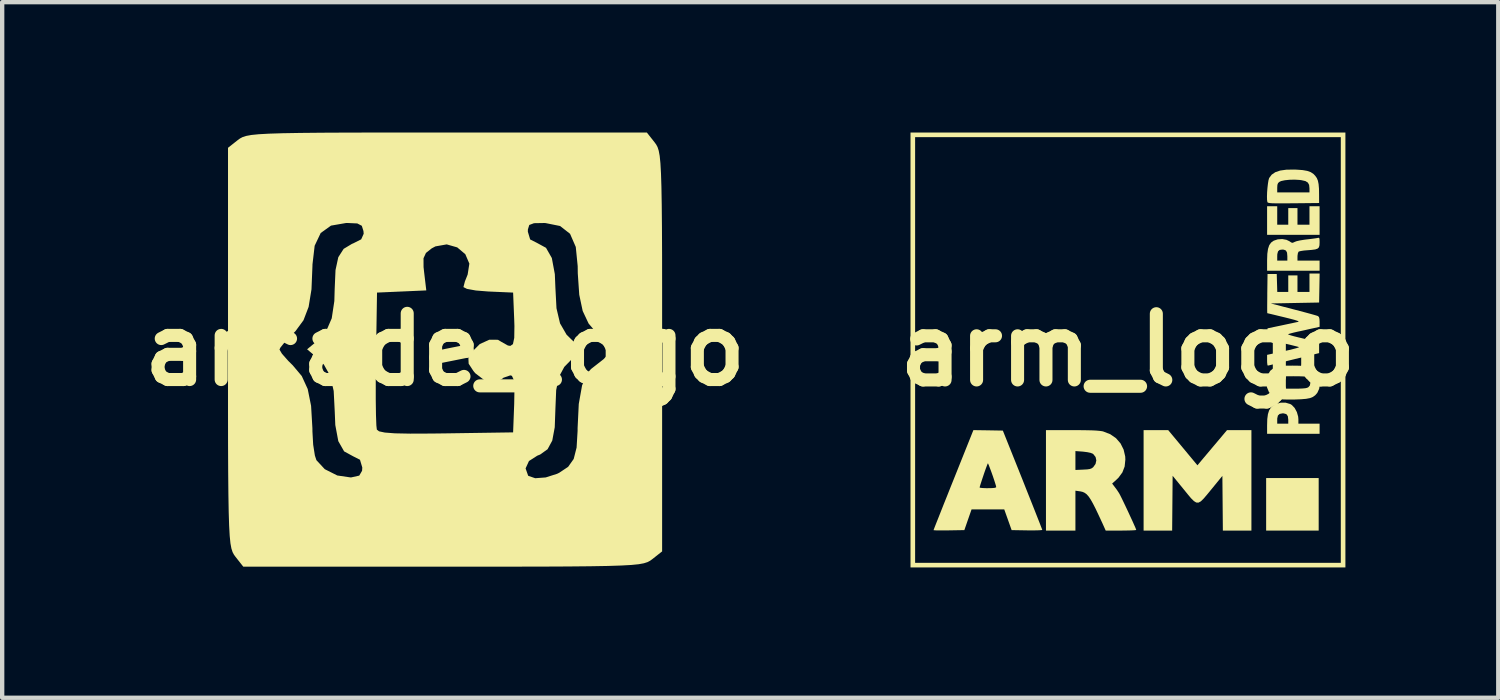
<source format=kicad_pcb>
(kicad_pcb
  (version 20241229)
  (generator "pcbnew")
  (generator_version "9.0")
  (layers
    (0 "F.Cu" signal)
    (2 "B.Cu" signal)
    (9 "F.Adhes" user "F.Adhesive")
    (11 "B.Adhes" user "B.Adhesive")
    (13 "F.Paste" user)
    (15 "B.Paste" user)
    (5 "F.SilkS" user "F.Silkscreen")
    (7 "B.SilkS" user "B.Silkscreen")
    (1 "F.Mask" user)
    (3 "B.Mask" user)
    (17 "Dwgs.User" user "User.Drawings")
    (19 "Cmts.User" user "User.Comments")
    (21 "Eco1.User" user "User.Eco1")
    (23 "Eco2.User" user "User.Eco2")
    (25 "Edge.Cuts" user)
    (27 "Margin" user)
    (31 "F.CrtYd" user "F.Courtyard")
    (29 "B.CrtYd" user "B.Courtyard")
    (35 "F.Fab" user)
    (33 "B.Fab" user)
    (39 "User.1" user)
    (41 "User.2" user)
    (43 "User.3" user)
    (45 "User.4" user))
  (footprint "arcade_logo"
    (layer "F.Cu")
    (at 7.192 4.995)
    (property "Reference" "arcade_logo" (at 0 0 0) (layer "F.SilkS") (effects (font (size 1.524 1.524) (thickness 0.3))))
    (attr board_only exclude_from_pos_files exclude_from_bom)
    (fp_poly (pts (xy 4.82 -4.772) (xy 4.858 -4.72) (xy 4.89 -4.66) (xy 4.917 -4.576) (xy 4.939 -4.457) (xy 4.956 -4.287) (xy 4.969 -4.053) (xy 4.979 -3.741) (xy 4.986 -3.337) (xy 4.991 -2.826) (xy 4.994 -2.196) (xy 4.995 -1.432) (xy 4.995 -0.52) (xy 4.995 0.048) (xy 4.995 4.644) (xy 4.772 4.82) (xy 4.72 4.858) (xy 4.66 4.89) (xy 4.576 4.917) (xy 4.457 4.939) (xy 4.287 4.956) (xy 4.053 4.969) (xy 3.741 4.979) (xy 3.337 4.986) (xy 2.826 4.991) (xy 2.196 4.994) (xy 1.432 4.995) (xy 0.52 4.995) (xy -0.048 4.995) (xy -4.644 4.995) (xy -4.82 4.772) (xy -4.858 4.72) (xy -4.89 4.66) (xy -4.917 4.576) (xy -4.939 4.457) (xy -4.956 4.287) (xy -4.969 4.053) (xy -4.979 3.741) (xy -4.986 3.337) (xy -4.991 2.826) (xy -4.994 2.196) (xy -4.995 1.432) (xy -4.995 0.52) (xy -4.995 0) (xy -3.81 0) (xy -3.753 0.096) (xy -3.608 0.26) (xy -3.505 0.362) (xy -3.298 0.608) (xy -3.161 0.907) (xy -3.083 1.295) (xy -3.053 1.808) (xy -3.052 1.889) (xy -3.035 2.189) (xy -2.996 2.437) (xy -2.961 2.544) (xy -2.768 2.752) (xy -2.48 2.897) (xy -2.172 2.942) (xy -2.159 2.941) (xy -1.975 2.9) (xy -1.91 2.789) (xy -1.906 2.734) (xy 1.853 2.734) (xy 1.911 2.899) (xy 1.919 2.907) (xy 2.075 2.96) (xy 2.316 2.942) (xy 2.579 2.858) (xy 2.626 2.835) (xy 2.832 2.698) (xy 2.96 2.517) (xy 3.027 2.254) (xy 3.05 1.868) (xy 3.05 1.805) (xy 3.077 1.251) (xy 3.153 0.824) (xy 3.274 0.539) (xy 3.361 0.445) (xy 3.651 0.218) (xy 3.793 0.06) (xy 3.81 0.006) (xy 3.753 -0.094) (xy 3.608 -0.26) (xy 3.505 -0.362) (xy 3.303 -0.6) (xy 3.167 -0.889) (xy 3.088 -1.262) (xy 3.054 -1.756) (xy 3.052 -1.921) (xy 3.008 -2.362) (xy 2.876 -2.665) (xy 2.647 -2.844) (xy 2.31 -2.912) (xy 2.279 -2.913) (xy 2.047 -2.909) (xy 1.938 -2.868) (xy 1.906 -2.765) (xy 1.905 -2.713) (xy 1.958 -2.535) (xy 2.116 -2.455) (xy 2.323 -2.342) (xy 2.457 -2.107) (xy 2.526 -1.736) (xy 2.539 -1.424) (xy 2.564 -0.951) (xy 2.646 -0.603) (xy 2.797 -0.342) (xy 2.948 -0.194) (xy 3.175 -0.007) (xy 2.95 0.187) (xy 2.744 0.398) (xy 2.619 0.63) (xy 2.557 0.932) (xy 2.54 1.344) (xy 2.524 1.787) (xy 2.467 2.094) (xy 2.359 2.293) (xy 2.188 2.415) (xy 2.123 2.441) (xy 1.931 2.564) (xy 1.853 2.734) (xy -1.906 2.734) (xy -1.905 2.713) (xy -1.958 2.535) (xy -2.116 2.455) (xy -2.323 2.342) (xy -2.457 2.107) (xy -2.526 1.736) (xy -2.539 1.424) (xy -2.553 1.146) (xy -1.595 1.146) (xy -1.59 1.502) (xy -1.581 1.745) (xy -1.57 1.841) (xy -1.519 1.881) (xy -1.387 1.909) (xy -1.155 1.927) (xy -0.804 1.934) (xy -0.314 1.932) (xy 0.019 1.928) (xy 1.566 1.905) (xy 1.591 1.249) (xy 1.597 0.902) (xy 1.581 0.696) (xy 1.538 0.604) (xy 1.502 0.593) (xy 1.343 0.648) (xy 1.297 0.685) (xy 1.12 0.755) (xy 0.901 0.702) (xy 0.692 0.541) (xy 0.652 0.492) (xy 0.543 0.325) (xy 0.537 0.203) (xy 0.623 0.049) (xy 0.8 -0.128) (xy 1.018 -0.227) (xy 1.217 -0.226) (xy 1.293 -0.18) (xy 1.446 -0.094) (xy 1.502 -0.085) (xy 1.562 -0.126) (xy 1.592 -0.27) (xy 1.596 -0.543) (xy 1.591 -0.699) (xy 1.566 -1.312) (xy 0.995 -1.337) (xy 0.709 -1.36) (xy 0.504 -1.397) (xy 0.423 -1.438) (xy 0.423 -1.439) (xy 0.456 -1.567) (xy 0.52 -1.728) (xy 0.559 -1.978) (xy 0.466 -2.195) (xy 0.28 -2.352) (xy 0.038 -2.421) (xy -0.222 -2.375) (xy -0.308 -2.329) (xy -0.44 -2.224) (xy -0.496 -2.102) (xy -0.495 -1.9) (xy -0.481 -1.773) (xy -0.432 -1.362) (xy -0.999 -1.337) (xy -1.566 -1.312) (xy -1.59 0.209) (xy -1.595 0.705) (xy -1.595 1.146) (xy -2.553 1.146) (xy -2.563 0.953) (xy -2.642 0.607) (xy -2.788 0.346) (xy -2.945 0.187) (xy -3.175 -0.007) (xy -2.948 -0.194) (xy -2.736 -0.424) (xy -2.608 -0.72) (xy -2.548 -1.117) (xy -2.54 -1.397) (xy -2.521 -1.83) (xy -2.457 -2.126) (xy -2.334 -2.318) (xy -2.141 -2.434) (xy -2.117 -2.443) (xy -1.93 -2.537) (xy -1.873 -2.665) (xy -1.878 -2.728) (xy -1.916 -2.849) (xy -2.019 -2.903) (xy -2.234 -2.913) (xy -2.279 -2.913) (xy -2.625 -2.853) (xy -2.862 -2.683) (xy -3.001 -2.39) (xy -3.051 -1.961) (xy -3.052 -1.921) (xy -3.074 -1.387) (xy -3.14 -0.983) (xy -3.258 -0.675) (xy -3.441 -0.426) (xy -3.505 -0.362) (xy -3.682 -0.181) (xy -3.792 -0.042) (xy -3.81 0) (xy -4.995 0) (xy -4.995 -0.048) (xy -4.995 -4.644) (xy -4.772 -4.82) (xy -4.72 -4.858) (xy -4.66 -4.89) (xy -4.576 -4.917) (xy -4.457 -4.939) (xy -4.287 -4.956) (xy -4.053 -4.969) (xy -3.741 -4.979) (xy -3.337 -4.986) (xy -2.826 -4.991) (xy -2.196 -4.994) (xy -1.432 -4.995) (xy -0.52 -4.995) (xy 0.048 -4.995) (xy 4.644 -4.995)) (stroke (width 0) (type solid)) (fill yes) (layer "F.SilkS")))
  (footprint "arm_logo"
    (layer "F.Cu")
    (at 22.907 5.004)
    (property "Reference" "arm_logo" (at 0 0 0) (layer "F.SilkS") (effects (font (size 1.524 1.524) (thickness 0.3))))
    (attr board_only exclude_from_pos_files exclude_from_bom)
    (fp_poly (pts (xy 4.389 4.156) (xy 3.18 4.156) (xy 3.18 2.947) (xy 4.389 2.947)) (stroke (width 0) (type solid)) (fill yes) (layer "F.SilkS"))
    (fp_poly (pts (xy 5.004 5.004) (xy -5.004 5.004) (xy -5.004 4.898) (xy -4.898 4.898) (xy 4.898 4.898) (xy 4.898 -4.898) (xy -4.898 -4.898) (xy -4.898 4.898) (xy -5.004 4.898) (xy -5.004 -5.004) (xy 5.004 -5.004)) (stroke (width 0) (type solid)) (fill yes) (layer "F.SilkS"))
    (fp_poly (pts (xy 3.435 -2.883) (xy 3.689 -2.883) (xy 3.689 -3.265) (xy 3.901 -3.265) (xy 3.901 -2.883) (xy 4.177 -2.883) (xy 4.177 -3.308) (xy 4.41 -3.308) (xy 4.41 -2.65) (xy 3.202 -2.65) (xy 3.202 -3.308) (xy 3.435 -3.308)) (stroke (width 0) (type solid)) (fill yes) (layer "F.SilkS"))
    (fp_poly (pts (xy 1.263 2.249) (xy 1.599 2.654) (xy 1.653 2.589) (xy 1.683 2.553) (xy 1.735 2.491) (xy 1.804 2.409) (xy 1.886 2.312) (xy 1.974 2.207) (xy 1.993 2.185) (xy 2.279 1.845) (xy 2.56 1.845) (xy 2.841 1.845) (xy 2.841 4.156) (xy 2.184 4.156) (xy 2.173 2.897) (xy 1.919 3.208) (xy 1.818 3.331) (xy 1.739 3.423) (xy 1.676 3.484) (xy 1.622 3.513) (xy 1.571 3.51) (xy 1.516 3.476) (xy 1.451 3.411) (xy 1.37 3.314) (xy 1.283 3.207) (xy 1.028 2.895) (xy 1.017 4.156) (xy 0.36 4.156) (xy 0.36 1.845) (xy 0.927 1.845)) (stroke (width 0) (type solid)) (fill yes) (layer "F.SilkS"))
    (fp_poly (pts (xy 3.63 1.213) (xy 3.732 1.243) (xy 3.772 1.267) (xy 3.836 1.334) (xy 3.887 1.429) (xy 3.917 1.534) (xy 3.922 1.595) (xy 3.922 1.696) (xy 4.41 1.696) (xy 4.41 1.929) (xy 3.202 1.929) (xy 3.202 1.737) (xy 3.203 1.696) (xy 3.435 1.696) (xy 3.689 1.696) (xy 3.689 1.603) (xy 3.679 1.523) (xy 3.645 1.476) (xy 3.584 1.459) (xy 3.56 1.458) (xy 3.491 1.471) (xy 3.451 1.508) (xy 3.435 1.577) (xy 3.435 1.603) (xy 3.435 1.696) (xy 3.203 1.696) (xy 3.206 1.59) (xy 3.221 1.477) (xy 3.248 1.391) (xy 3.289 1.326) (xy 3.32 1.294) (xy 3.411 1.24) (xy 3.519 1.212)) (stroke (width 0) (type solid)) (fill yes) (layer "F.SilkS"))
    (fp_poly (pts (xy 3.88 -4.15) (xy 4.02 -4.14) (xy 4.127 -4.121) (xy 4.207 -4.092) (xy 4.27 -4.05) (xy 4.309 -4.009) (xy 4.346 -3.957) (xy 4.371 -3.896) (xy 4.387 -3.817) (xy 4.396 -3.712) (xy 4.398 -3.583) (xy 4.399 -3.382) (xy 3.811 -3.376) (xy 3.635 -3.375) (xy 3.497 -3.374) (xy 3.392 -3.375) (xy 3.316 -3.377) (xy 3.265 -3.381) (xy 3.233 -3.387) (xy 3.215 -3.395) (xy 3.209 -3.403) (xy 3.201 -3.451) (xy 3.199 -3.529) (xy 3.202 -3.626) (xy 3.435 -3.626) (xy 4.177 -3.626) (xy 4.177 -3.721) (xy 4.169 -3.799) (xy 4.14 -3.852) (xy 4.084 -3.887) (xy 3.995 -3.907) (xy 3.953 -3.913) (xy 3.834 -3.92) (xy 3.716 -3.917) (xy 3.61 -3.906) (xy 3.526 -3.888) (xy 3.485 -3.869) (xy 3.454 -3.841) (xy 3.439 -3.8) (xy 3.435 -3.733) (xy 3.435 -3.731) (xy 3.435 -3.626) (xy 3.202 -3.626) (xy 3.202 -3.626) (xy 3.21 -3.728) (xy 3.221 -3.825) (xy 3.234 -3.905) (xy 3.249 -3.956) (xy 3.25 -3.958) (xy 3.308 -4.035) (xy 3.39 -4.091) (xy 3.502 -4.129) (xy 3.644 -4.149) (xy 3.822 -4.152)) (stroke (width 0) (type solid)) (fill yes) (layer "F.SilkS"))
    (fp_poly (pts (xy 4.404 -2.572) (xy 4.409 -2.535) (xy 4.41 -2.473) (xy 4.407 -2.408) (xy 4.394 -2.362) (xy 4.364 -2.333) (xy 4.31 -2.314) (xy 4.225 -2.303) (xy 4.139 -2.296) (xy 4.052 -2.289) (xy 3.981 -2.278) (xy 3.935 -2.267) (xy 3.928 -2.263) (xy 3.911 -2.23) (xy 3.902 -2.173) (xy 3.901 -2.149) (xy 3.901 -2.057) (xy 4.41 -2.057) (xy 4.41 -1.823) (xy 3.202 -1.823) (xy 3.202 -2.057) (xy 3.435 -2.057) (xy 3.668 -2.057) (xy 3.668 -2.158) (xy 3.661 -2.24) (xy 3.636 -2.288) (xy 3.588 -2.308) (xy 3.551 -2.311) (xy 3.489 -2.302) (xy 3.453 -2.269) (xy 3.437 -2.207) (xy 3.435 -2.158) (xy 3.435 -2.057) (xy 3.202 -2.057) (xy 3.202 -2.062) (xy 3.207 -2.212) (xy 3.223 -2.326) (xy 3.251 -2.411) (xy 3.294 -2.472) (xy 3.354 -2.515) (xy 3.447 -2.546) (xy 3.551 -2.553) (xy 3.648 -2.535) (xy 3.713 -2.504) (xy 3.759 -2.473) (xy 3.79 -2.466) (xy 3.827 -2.482) (xy 3.836 -2.487) (xy 3.882 -2.504) (xy 3.957 -2.521) (xy 4.049 -2.536) (xy 4.104 -2.543) (xy 4.199 -2.554) (xy 4.283 -2.565) (xy 4.343 -2.574) (xy 4.362 -2.578) (xy 4.389 -2.583)) (stroke (width 0) (type solid)) (fill yes) (layer "F.SilkS"))
    (fp_poly (pts (xy -3.218 1.849) (xy -2.879 1.855) (xy -2.425 2.989) (xy -2.343 3.197) (xy -2.265 3.393) (xy -2.193 3.574) (xy -2.129 3.736) (xy -2.074 3.876) (xy -2.029 3.99) (xy -1.997 4.074) (xy -1.977 4.125) (xy -1.972 4.14) (xy -1.992 4.145) (xy -2.047 4.149) (xy -2.131 4.151) (xy -2.237 4.152) (xy -2.324 4.151) (xy -2.677 4.145) (xy -2.762 3.906) (xy -2.847 3.668) (xy -3.599 3.668) (xy -3.682 3.906) (xy -3.765 4.145) (xy -4.119 4.151) (xy -4.236 4.152) (xy -4.337 4.152) (xy -4.415 4.151) (xy -4.462 4.148) (xy -4.474 4.146) (xy -4.466 4.124) (xy -4.444 4.067) (xy -4.409 3.978) (xy -4.362 3.86) (xy -4.305 3.716) (xy -4.24 3.551) (xy -4.166 3.367) (xy -4.087 3.168) (xy -4.086 3.165) (xy -3.414 3.165) (xy -3.394 3.172) (xy -3.341 3.177) (xy -3.265 3.18) (xy -3.223 3.18) (xy -3.124 3.178) (xy -3.063 3.172) (xy -3.035 3.161) (xy -3.032 3.154) (xy -3.038 3.124) (xy -3.056 3.065) (xy -3.081 2.987) (xy -3.111 2.898) (xy -3.143 2.808) (xy -3.174 2.725) (xy -3.199 2.659) (xy -3.217 2.617) (xy -3.223 2.608) (xy -3.233 2.627) (xy -3.252 2.677) (xy -3.279 2.75) (xy -3.309 2.836) (xy -3.34 2.928) (xy -3.369 3.016) (xy -3.393 3.09) (xy -3.409 3.144) (xy -3.414 3.165) (xy -4.086 3.165) (xy -4.015 2.989) (xy -3.557 1.844)) (stroke (width 0) (type solid)) (fill yes) (layer "F.SilkS"))
    (fp_poly (pts (xy 3.938 0.362) (xy 4.057 0.369) (xy 4.148 0.381) (xy 4.217 0.402) (xy 4.272 0.431) (xy 4.319 0.471) (xy 4.324 0.475) (xy 4.379 0.56) (xy 4.41 0.667) (xy 4.418 0.782) (xy 4.4 0.894) (xy 4.357 0.987) (xy 4.353 0.992) (xy 4.308 1.043) (xy 4.256 1.08) (xy 4.189 1.107) (xy 4.1 1.124) (xy 3.983 1.134) (xy 3.831 1.14) (xy 3.827 1.14) (xy 3.685 1.141) (xy 3.579 1.138) (xy 3.5 1.132) (xy 3.443 1.12) (xy 3.424 1.114) (xy 3.32 1.055) (xy 3.244 0.968) (xy 3.199 0.859) (xy 3.191 0.767) (xy 3.41 0.767) (xy 3.433 0.832) (xy 3.445 0.848) (xy 3.463 0.865) (xy 3.488 0.876) (xy 3.526 0.884) (xy 3.585 0.888) (xy 3.672 0.89) (xy 3.794 0.89) (xy 3.923 0.89) (xy 4.017 0.886) (xy 4.082 0.88) (xy 4.124 0.87) (xy 4.151 0.857) (xy 4.186 0.817) (xy 4.198 0.754) (xy 4.198 0.743) (xy 4.195 0.695) (xy 4.184 0.659) (xy 4.159 0.634) (xy 4.113 0.618) (xy 4.042 0.609) (xy 3.939 0.605) (xy 3.803 0.604) (xy 3.676 0.605) (xy 3.584 0.607) (xy 3.521 0.612) (xy 3.48 0.619) (xy 3.454 0.631) (xy 3.443 0.64) (xy 3.413 0.697) (xy 3.41 0.767) (xy 3.191 0.767) (xy 3.188 0.734) (xy 3.197 0.664) (xy 3.228 0.557) (xy 3.273 0.48) (xy 3.341 0.425) (xy 3.38 0.404) (xy 3.42 0.387) (xy 3.465 0.374) (xy 3.521 0.367) (xy 3.598 0.362) (xy 3.704 0.361) (xy 3.783 0.36)) (stroke (width 0) (type solid)) (fill yes) (layer "F.SilkS"))
    (fp_poly (pts (xy -1.095 1.845) (xy -0.94 1.847) (xy -0.817 1.85) (xy -0.721 1.855) (xy -0.648 1.862) (xy -0.591 1.87) (xy -0.565 1.877) (xy -0.408 1.938) (xy -0.275 2.03) (xy -0.171 2.15) (xy -0.1 2.292) (xy -0.063 2.451) (xy -0.06 2.522) (xy -0.076 2.681) (xy -0.128 2.817) (xy -0.217 2.938) (xy -0.259 2.979) (xy -0.364 3.074) (xy -0.303 3.154) (xy -0.253 3.221) (xy -0.207 3.291) (xy -0.197 3.308) (xy -0.176 3.348) (xy -0.142 3.416) (xy -0.099 3.505) (xy -0.05 3.608) (xy 0.002 3.718) (xy 0.053 3.829) (xy 0.101 3.932) (xy 0.141 4.022) (xy 0.172 4.091) (xy 0.188 4.133) (xy 0.191 4.141) (xy 0.171 4.146) (xy 0.115 4.15) (xy 0.031 4.153) (xy -0.074 4.155) (xy -0.16 4.156) (xy -0.512 4.156) (xy -0.586 3.991) (xy -0.673 3.804) (xy -0.745 3.652) (xy -0.807 3.531) (xy -0.86 3.438) (xy -0.907 3.369) (xy -0.952 3.319) (xy -0.996 3.287) (xy -1.042 3.266) (xy -1.094 3.254) (xy -1.109 3.252) (xy -1.209 3.238) (xy -1.209 4.156) (xy -1.887 4.156) (xy -1.887 2.326) (xy -1.209 2.326) (xy -1.209 2.761) (xy -1.03 2.753) (xy -0.938 2.748) (xy -0.877 2.739) (xy -0.835 2.723) (xy -0.802 2.699) (xy -0.798 2.695) (xy -0.746 2.622) (xy -0.728 2.541) (xy -0.745 2.463) (xy -0.796 2.398) (xy -0.812 2.386) (xy -0.861 2.367) (xy -0.939 2.351) (xy -1.035 2.339) (xy -1.036 2.339) (xy -1.209 2.326) (xy -1.887 2.326) (xy -1.887 1.845) (xy -1.287 1.845)) (stroke (width 0) (type solid)) (fill yes) (layer "F.SilkS"))
    (fp_poly (pts (xy 4.405 -1.426) (xy 4.399 -1.092) (xy 3.287 -1.071) (xy 3.811 -0.935) (xy 3.956 -0.897) (xy 4.088 -0.862) (xy 4.202 -0.831) (xy 4.291 -0.806) (xy 4.351 -0.788) (xy 4.373 -0.78) (xy 4.396 -0.757) (xy 4.407 -0.712) (xy 4.41 -0.648) (xy 4.41 -0.533) (xy 4.267 -0.501) (xy 4.18 -0.482) (xy 4.071 -0.457) (xy 3.957 -0.432) (xy 3.912 -0.423) (xy 3.821 -0.402) (xy 3.747 -0.383) (xy 3.698 -0.368) (xy 3.684 -0.362) (xy 3.698 -0.353) (xy 3.747 -0.336) (xy 3.826 -0.314) (xy 3.927 -0.289) (xy 4.033 -0.264) (xy 4.399 -0.18) (xy 4.399 0.072) (xy 3.816 0.215) (xy 3.665 0.252) (xy 3.528 0.286) (xy 3.409 0.314) (xy 3.314 0.337) (xy 3.249 0.353) (xy 3.219 0.359) (xy 3.217 0.359) (xy 3.209 0.341) (xy 3.203 0.291) (xy 3.202 0.236) (xy 3.202 0.112) (xy 3.582 0.029) (xy 3.7 0.003) (xy 3.801 -0.022) (xy 3.878 -0.042) (xy 3.925 -0.058) (xy 3.937 -0.066) (xy 3.937 -0.066) (xy 3.909 -0.075) (xy 3.846 -0.091) (xy 3.758 -0.113) (xy 3.649 -0.138) (xy 3.556 -0.16) (xy 3.2 -0.241) (xy 3.206 -0.369) (xy 3.212 -0.498) (xy 3.541 -0.567) (xy 3.657 -0.592) (xy 3.763 -0.614) (xy 3.849 -0.633) (xy 3.906 -0.645) (xy 3.922 -0.649) (xy 3.928 -0.657) (xy 3.9 -0.671) (xy 3.836 -0.692) (xy 3.734 -0.719) (xy 3.594 -0.754) (xy 3.473 -0.783) (xy 3.367 -0.809) (xy 3.283 -0.829) (xy 3.227 -0.842) (xy 3.206 -0.847) (xy 3.205 -0.868) (xy 3.204 -0.924) (xy 3.204 -1.011) (xy 3.205 -1.122) (xy 3.206 -1.25) (xy 3.206 -1.299) (xy 3.212 -1.749) (xy 3.424 -1.749) (xy 3.43 -1.542) (xy 3.436 -1.336) (xy 3.689 -1.336) (xy 3.689 -1.717) (xy 3.901 -1.717) (xy 3.901 -1.336) (xy 4.177 -1.336) (xy 4.177 -1.76) (xy 4.411 -1.76)) (stroke (width 0) (type solid)) (fill yes) (layer "F.SilkS")))
  (gr_rect
    (start -3 -3)
    (end 31.429 13.007)
    (stroke (width 0.1) (type default))
    (fill no)
    (layer "Edge.Cuts")))
</source>
